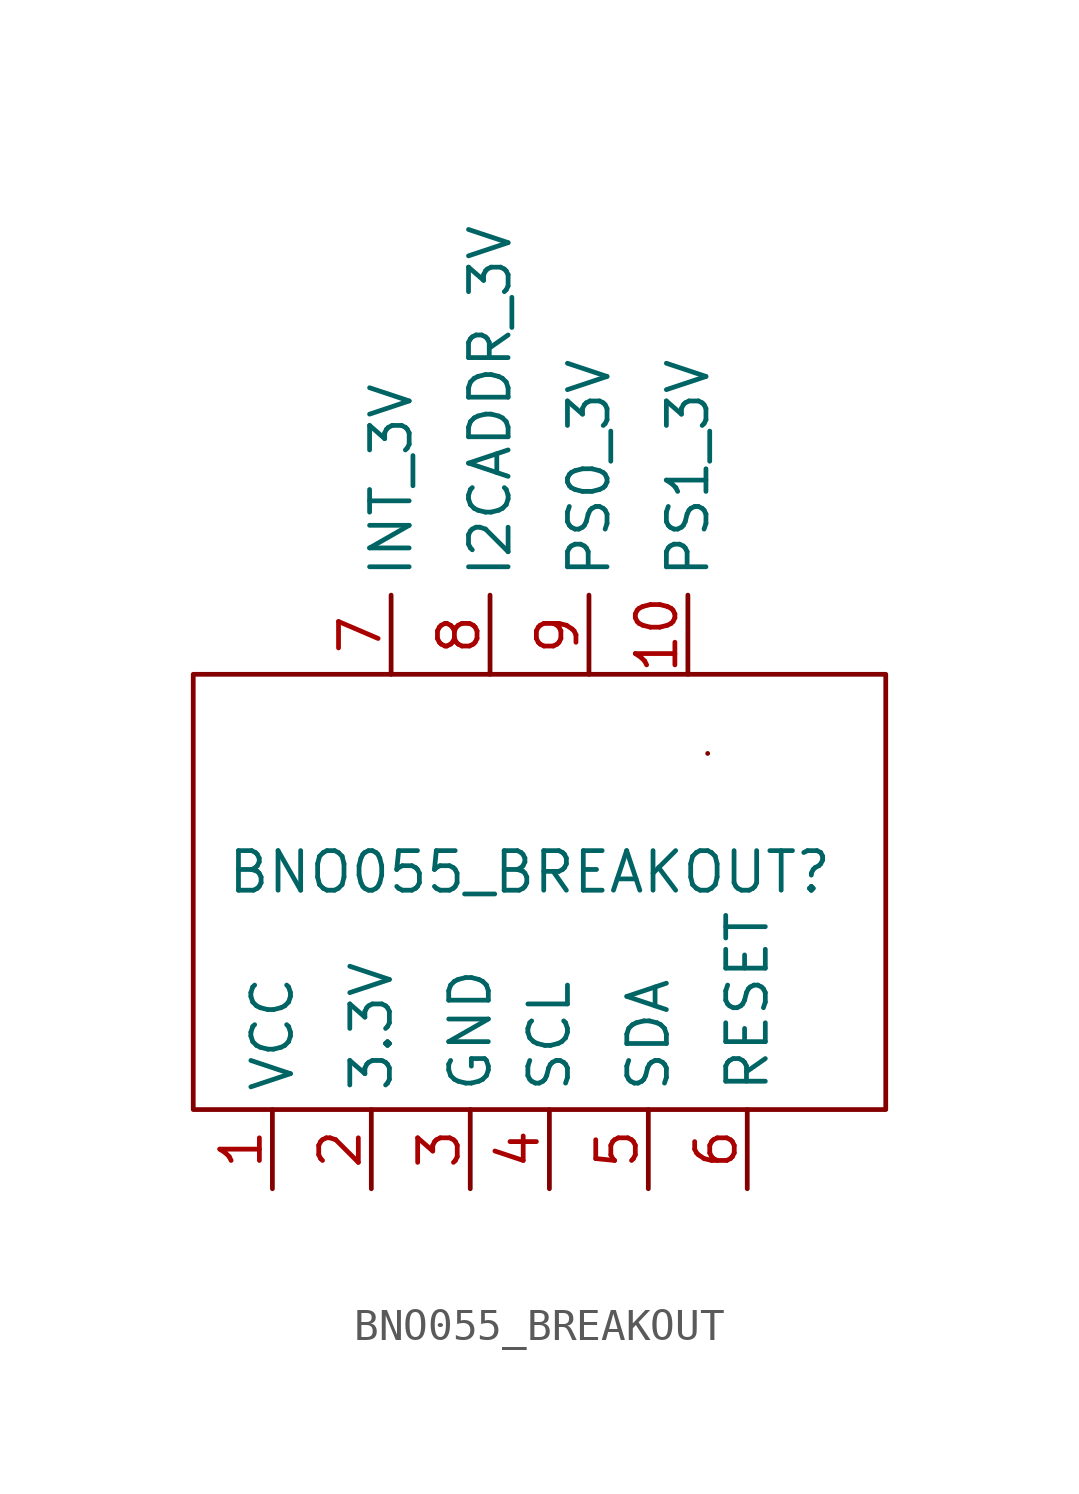
<source format=kicad_sym>
(kicad_symbol_lib
  (version 20231120)
  (generator "kicad_symbol_editor")
  (generator_version "8.0")
  (symbol "BNO055_BREAKOUT"
    (property "Reference" "BNO055_BREAKOUT"
      (at 3.175 1.27 0)
      (effects (font (size 1.27 1.27))))
    (property "Value" ""
      (at 0 0 0)
      (effects (font (size 1.27 1.27))))
    (symbol "BNO055_BREAKOUT_0_1"
      (rectangle (start -7.62 7.62) (end 14.605 -6.35) (stroke (width 0) (type default)) (fill (type none)))
      (rectangle (start 8.89 5.08) (end 8.89 5.08) (stroke (width 0) (type default)) (fill (type none))))
    (symbol "BNO055_BREAKOUT_1_1"
      (pin input line (at -5.08 -8.89 90) (length 2.54) (name "VCC" (effects (font (size 1.27 1.27)))) (number "1" (effects (font (size 1.27 1.27)))))
      (pin tri_state line (at 8.255 7.62 90) (length 2.54) (name "PS1_3V" (effects (font (size 1.27 1.27)))) (number "10" (effects (font (size 1.27 1.27)))))
      (pin power_out line (at -1.905 -8.89 90) (length 2.54) (name "3.3V" (effects (font (size 1.27 1.27)))) (number "2" (effects (font (size 1.27 1.27)))))
      (pin output line (at 1.27 -8.89 90) (length 2.54) (name "GND" (effects (font (size 1.27 1.27)))) (number "3" (effects (font (size 1.27 1.27)))))
      (pin input line (at 3.81 -8.89 90) (length 2.54) (name "SCL" (effects (font (size 1.27 1.27)))) (number "4" (effects (font (size 1.27 1.27)))))
      (pin output line (at 6.985 -8.89 90) (length 2.54) (name "SDA" (effects (font (size 1.27 1.27)))) (number "5" (effects (font (size 1.27 1.27)))))
      (pin passive line (at 10.16 -8.89 90) (length 2.54) (name "RESET" (effects (font (size 1.27 1.27)))) (number "6" (effects (font (size 1.27 1.27)))))
      (pin power_out line (at -1.27 7.62 90) (length 2.54) (name "INT_3V" (effects (font (size 1.27 1.27)))) (number "7" (effects (font (size 1.27 1.27)))))
      (pin tri_state line (at 1.905 7.62 90) (length 2.54) (name "I2CADDR_3V" (effects (font (size 1.27 1.27)))) (number "8" (effects (font (size 1.27 1.27)))))
      (pin tri_state line (at 5.08 7.62 90) (length 2.54) (name "PS0_3V" (effects (font (size 1.27 1.27)))) (number "9" (effects (font (size 1.27 1.27))))))))
</source>
